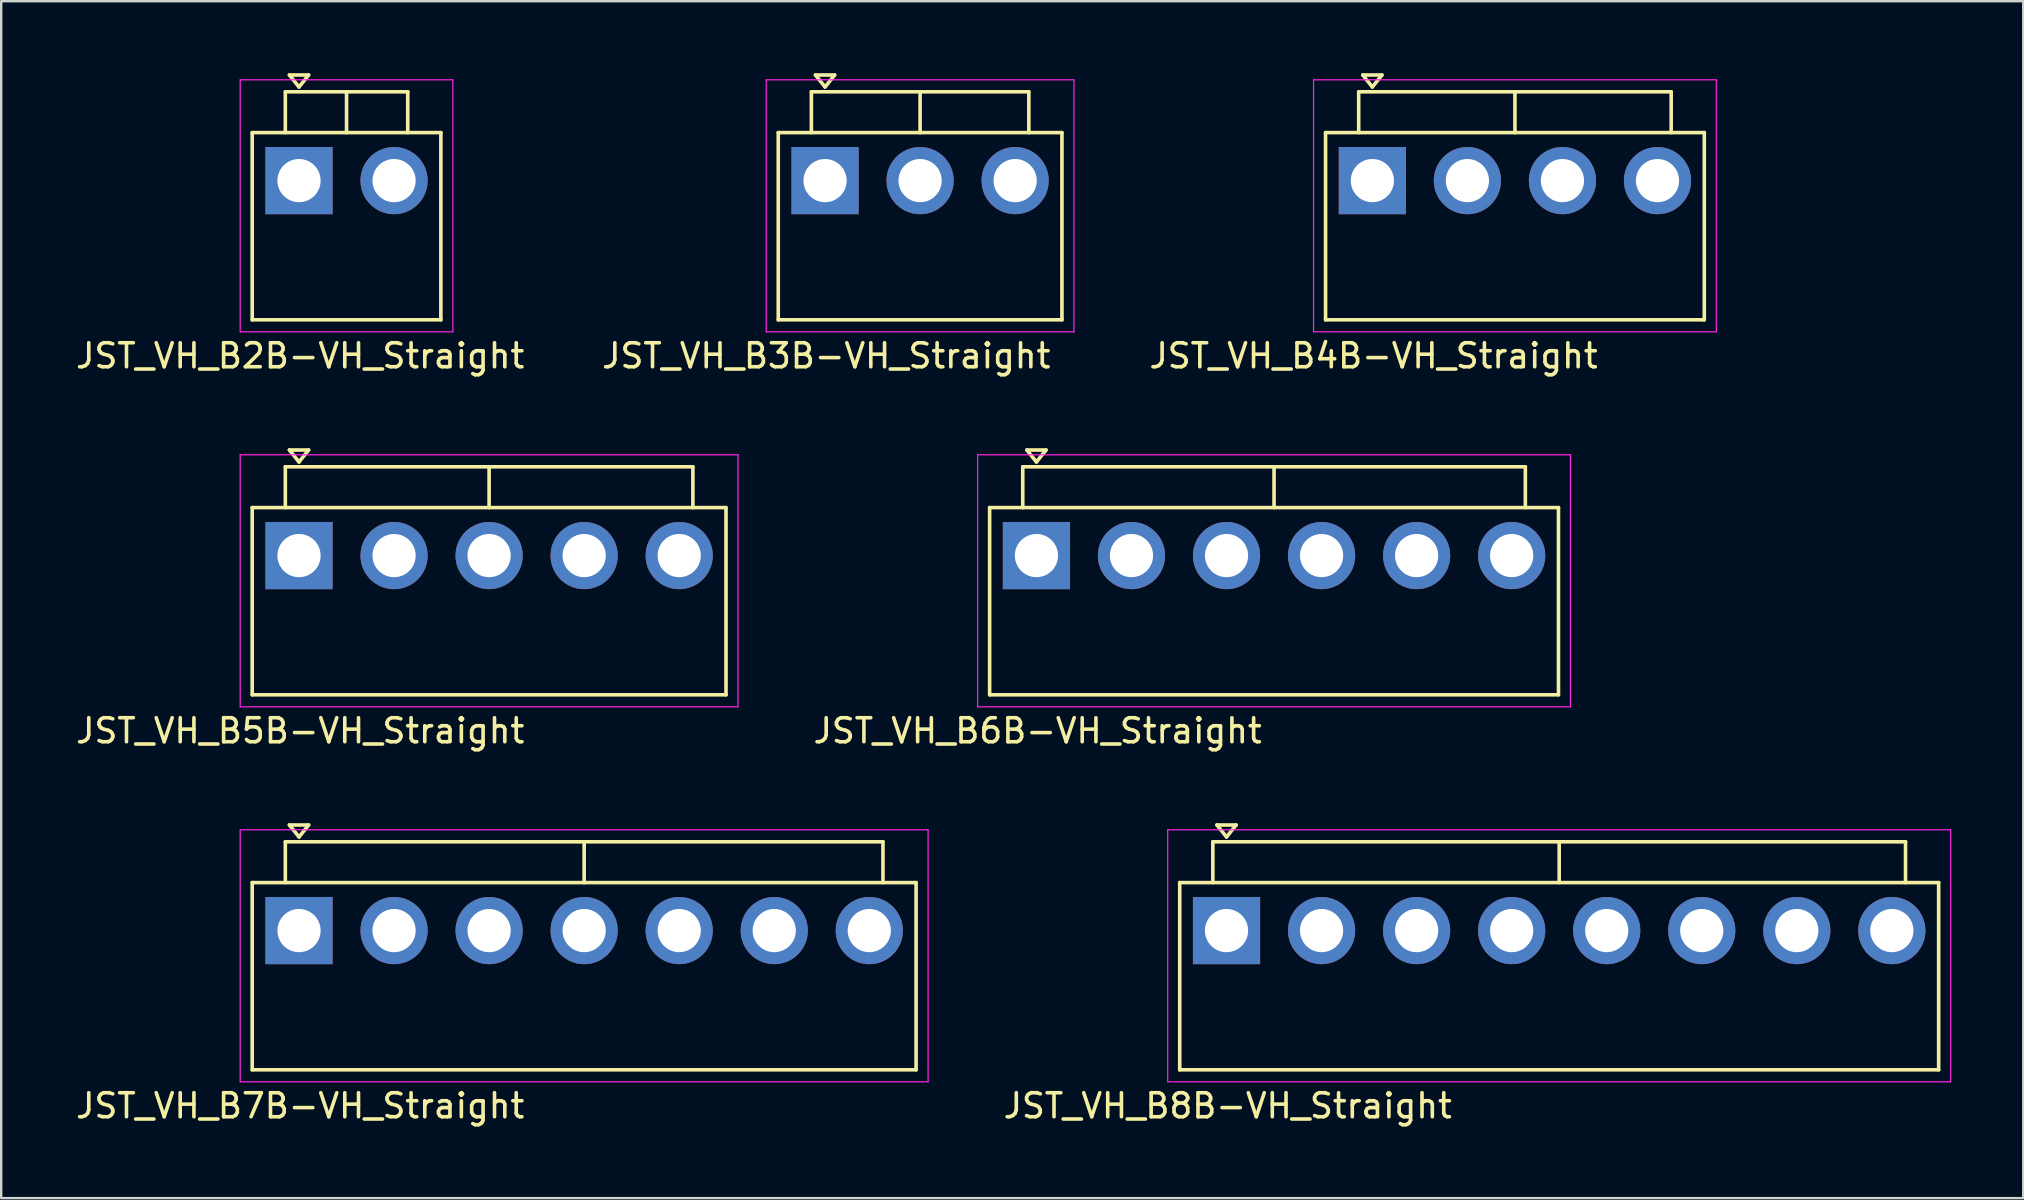
<source format=kicad_pcb>
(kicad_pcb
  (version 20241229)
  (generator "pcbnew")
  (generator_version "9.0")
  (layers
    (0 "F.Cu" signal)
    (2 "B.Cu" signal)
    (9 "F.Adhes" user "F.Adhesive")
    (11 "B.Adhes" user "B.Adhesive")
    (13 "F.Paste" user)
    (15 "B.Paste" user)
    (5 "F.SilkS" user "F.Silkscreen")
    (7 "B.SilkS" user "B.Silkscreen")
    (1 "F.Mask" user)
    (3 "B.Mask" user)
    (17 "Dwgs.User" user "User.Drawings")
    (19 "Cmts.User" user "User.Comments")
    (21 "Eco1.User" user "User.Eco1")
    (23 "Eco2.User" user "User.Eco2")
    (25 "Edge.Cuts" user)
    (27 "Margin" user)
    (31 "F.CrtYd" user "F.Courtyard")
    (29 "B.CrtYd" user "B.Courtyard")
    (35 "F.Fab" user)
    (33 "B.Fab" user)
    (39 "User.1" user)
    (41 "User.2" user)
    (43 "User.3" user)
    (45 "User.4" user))
  (footprint "JST_VH_B4B-VH_Straight"
    (layer "F.Cu")
    (at 52.178 10.275)
    (property "Reference" "JST_VH_B4B-VH_Straight" (at 2 1.5 0) (layer "F.SilkS") (effects (font (size 1 1) (thickness 0.15))))
    (attr through_hole)
    (fp_line (start 0 -7.8) (end 15.78 -7.8) (stroke (width 0.15) (type solid)) (layer "F.SilkS"))
    (fp_line (start 0 0) (end 0 -7.8) (stroke (width 0.15) (type solid)) (layer "F.SilkS"))
    (fp_line (start 0 0) (end 15.78 0) (stroke (width 0.15) (type solid)) (layer "F.SilkS"))
    (fp_line (start 1.38 -9.5) (end 14.4 -9.5) (stroke (width 0.15) (type solid)) (layer "F.SilkS"))
    (fp_line (start 1.38 -7.8) (end 1.38 -9.5) (stroke (width 0.15) (type solid)) (layer "F.SilkS"))
    (fp_line (start 1.55 -10.2) (end 2.35 -10.2) (stroke (width 0.15) (type solid)) (layer "F.SilkS"))
    (fp_line (start 1.95 -9.7) (end 1.55 -10.2) (stroke (width 0.15) (type solid)) (layer "F.SilkS"))
    (fp_line (start 2.35 -10.2) (end 1.95 -9.7) (stroke (width 0.15) (type solid)) (layer "F.SilkS"))
    (fp_line (start 7.89 -9.5) (end 7.89 -7.8) (stroke (width 0.15) (type solid)) (layer "F.SilkS"))
    (fp_line (start 14.4 -7.8) (end 14.4 -9.5) (stroke (width 0.15) (type solid)) (layer "F.SilkS"))
    (fp_line (start 15.78 0) (end 15.78 -7.8) (stroke (width 0.15) (type solid)) (layer "F.SilkS"))
    (fp_line (start -0.5 -10) (end 16.28 -10) (stroke (width 0.05) (type solid)) (layer "F.CrtYd"))
    (fp_line (start -0.5 0.5) (end -0.5 -10) (stroke (width 0.05) (type solid)) (layer "F.CrtYd"))
    (fp_line (start 16.28 -10) (end 16.28 0.5) (stroke (width 0.05) (type solid)) (layer "F.CrtYd"))
    (fp_line (start 16.28 0.5) (end -0.5 0.5) (stroke (width 0.05) (type solid)) (layer "F.CrtYd"))
    (pad "1" thru_hole rect (at 1.95 -5.8) (size 2.8 2.8) (drill 1.8) (layers "*.Cu" "*.Mask"))
    (pad "2" thru_hole circle (at 5.91 -5.8) (size 2.8 2.8) (drill 1.8) (layers "*.Cu" "*.Mask"))
    (pad "3" thru_hole circle (at 9.87 -5.8) (size 2.8 2.8) (drill 1.8) (layers "*.Cu" "*.Mask"))
    (pad "4" thru_hole circle (at 13.83 -5.8) (size 2.8 2.8) (drill 1.8) (layers "*.Cu" "*.Mask")))
  (footprint "JST_VH_B2B-VH_Straight"
    (layer "F.Cu")
    (at 7.458 10.275)
    (property "Reference" "JST_VH_B2B-VH_Straight" (at 2 1.5 0) (layer "F.SilkS") (effects (font (size 1 1) (thickness 0.15))))
    (attr through_hole)
    (fp_line (start 0 -7.8) (end 7.86 -7.8) (stroke (width 0.15) (type solid)) (layer "F.SilkS"))
    (fp_line (start 0 0) (end 0 -7.8) (stroke (width 0.15) (type solid)) (layer "F.SilkS"))
    (fp_line (start 0 0) (end 7.86 0) (stroke (width 0.15) (type solid)) (layer "F.SilkS"))
    (fp_line (start 1.38 -9.5) (end 6.48 -9.5) (stroke (width 0.15) (type solid)) (layer "F.SilkS"))
    (fp_line (start 1.38 -7.8) (end 1.38 -9.5) (stroke (width 0.15) (type solid)) (layer "F.SilkS"))
    (fp_line (start 1.55 -10.2) (end 2.35 -10.2) (stroke (width 0.15) (type solid)) (layer "F.SilkS"))
    (fp_line (start 1.95 -9.7) (end 1.55 -10.2) (stroke (width 0.15) (type solid)) (layer "F.SilkS"))
    (fp_line (start 2.35 -10.2) (end 1.95 -9.7) (stroke (width 0.15) (type solid)) (layer "F.SilkS"))
    (fp_line (start 3.93 -9.5) (end 3.93 -7.8) (stroke (width 0.15) (type solid)) (layer "F.SilkS"))
    (fp_line (start 6.48 -7.8) (end 6.48 -9.5) (stroke (width 0.15) (type solid)) (layer "F.SilkS"))
    (fp_line (start 7.86 0) (end 7.86 -7.8) (stroke (width 0.15) (type solid)) (layer "F.SilkS"))
    (fp_line (start -0.5 -10) (end 8.36 -10) (stroke (width 0.05) (type solid)) (layer "F.CrtYd"))
    (fp_line (start -0.5 0.5) (end -0.5 -10) (stroke (width 0.05) (type solid)) (layer "F.CrtYd"))
    (fp_line (start 8.36 -10) (end 8.36 0.5) (stroke (width 0.05) (type solid)) (layer "F.CrtYd"))
    (fp_line (start 8.36 0.5) (end -0.5 0.5) (stroke (width 0.05) (type solid)) (layer "F.CrtYd"))
    (pad "1" thru_hole rect (at 1.95 -5.8) (size 2.8 2.8) (drill 1.8) (layers "*.Cu" "*.Mask"))
    (pad "2" thru_hole circle (at 5.91 -5.8) (size 2.8 2.8) (drill 1.8) (layers "*.Cu" "*.Mask")))
  (footprint "JST_VH_B6B-VH_Straight"
    (layer "F.Cu")
    (at 38.182 25.898)
    (property "Reference" "JST_VH_B6B-VH_Straight" (at 2 1.5 0) (layer "F.SilkS") (effects (font (size 1 1) (thickness 0.15))))
    (attr through_hole)
    (fp_line (start 0 -7.8) (end 23.7 -7.8) (stroke (width 0.15) (type solid)) (layer "F.SilkS"))
    (fp_line (start 0 0) (end 0 -7.8) (stroke (width 0.15) (type solid)) (layer "F.SilkS"))
    (fp_line (start 0 0) (end 23.7 0) (stroke (width 0.15) (type solid)) (layer "F.SilkS"))
    (fp_line (start 1.38 -9.5) (end 22.32 -9.5) (stroke (width 0.15) (type solid)) (layer "F.SilkS"))
    (fp_line (start 1.38 -7.8) (end 1.38 -9.5) (stroke (width 0.15) (type solid)) (layer "F.SilkS"))
    (fp_line (start 1.55 -10.2) (end 2.35 -10.2) (stroke (width 0.15) (type solid)) (layer "F.SilkS"))
    (fp_line (start 1.95 -9.7) (end 1.55 -10.2) (stroke (width 0.15) (type solid)) (layer "F.SilkS"))
    (fp_line (start 2.35 -10.2) (end 1.95 -9.7) (stroke (width 0.15) (type solid)) (layer "F.SilkS"))
    (fp_line (start 11.85 -9.5) (end 11.85 -7.8) (stroke (width 0.15) (type solid)) (layer "F.SilkS"))
    (fp_line (start 22.32 -7.8) (end 22.32 -9.5) (stroke (width 0.15) (type solid)) (layer "F.SilkS"))
    (fp_line (start 23.7 0) (end 23.7 -7.8) (stroke (width 0.15) (type solid)) (layer "F.SilkS"))
    (fp_line (start -0.5 -10) (end 24.2 -10) (stroke (width 0.05) (type solid)) (layer "F.CrtYd"))
    (fp_line (start -0.5 0.5) (end -0.5 -10) (stroke (width 0.05) (type solid)) (layer "F.CrtYd"))
    (fp_line (start 24.2 -10) (end 24.2 0.5) (stroke (width 0.05) (type solid)) (layer "F.CrtYd"))
    (fp_line (start 24.2 0.5) (end -0.5 0.5) (stroke (width 0.05) (type solid)) (layer "F.CrtYd"))
    (pad "1" thru_hole rect (at 1.95 -5.8) (size 2.8 2.8) (drill 1.8) (layers "*.Cu" "*.Mask"))
    (pad "2" thru_hole circle (at 5.91 -5.8) (size 2.8 2.8) (drill 1.8) (layers "*.Cu" "*.Mask"))
    (pad "3" thru_hole circle (at 9.87 -5.8) (size 2.8 2.8) (drill 1.8) (layers "*.Cu" "*.Mask"))
    (pad "4" thru_hole circle (at 13.83 -5.8) (size 2.8 2.8) (drill 1.8) (layers "*.Cu" "*.Mask"))
    (pad "5" thru_hole circle (at 17.79 -5.8) (size 2.8 2.8) (drill 1.8) (layers "*.Cu" "*.Mask"))
    (pad "6" thru_hole circle (at 21.75 -5.8) (size 2.8 2.8) (drill 1.8) (layers "*.Cu" "*.Mask")))
  (footprint "JST_VH_B5B-VH_Straight"
    (layer "F.Cu")
    (at 7.458 25.898)
    (property "Reference" "JST_VH_B5B-VH_Straight" (at 2 1.5 0) (layer "F.SilkS") (effects (font (size 1 1) (thickness 0.15))))
    (attr through_hole)
    (fp_line (start 0 -7.8) (end 19.74 -7.8) (stroke (width 0.15) (type solid)) (layer "F.SilkS"))
    (fp_line (start 0 0) (end 0 -7.8) (stroke (width 0.15) (type solid)) (layer "F.SilkS"))
    (fp_line (start 0 0) (end 19.74 0) (stroke (width 0.15) (type solid)) (layer "F.SilkS"))
    (fp_line (start 1.38 -9.5) (end 18.36 -9.5) (stroke (width 0.15) (type solid)) (layer "F.SilkS"))
    (fp_line (start 1.38 -7.8) (end 1.38 -9.5) (stroke (width 0.15) (type solid)) (layer "F.SilkS"))
    (fp_line (start 1.55 -10.2) (end 2.35 -10.2) (stroke (width 0.15) (type solid)) (layer "F.SilkS"))
    (fp_line (start 1.95 -9.7) (end 1.55 -10.2) (stroke (width 0.15) (type solid)) (layer "F.SilkS"))
    (fp_line (start 2.35 -10.2) (end 1.95 -9.7) (stroke (width 0.15) (type solid)) (layer "F.SilkS"))
    (fp_line (start 9.87 -9.5) (end 9.87 -7.8) (stroke (width 0.15) (type solid)) (layer "F.SilkS"))
    (fp_line (start 18.36 -7.8) (end 18.36 -9.5) (stroke (width 0.15) (type solid)) (layer "F.SilkS"))
    (fp_line (start 19.74 0) (end 19.74 -7.8) (stroke (width 0.15) (type solid)) (layer "F.SilkS"))
    (fp_line (start -0.5 -10) (end 20.24 -10) (stroke (width 0.05) (type solid)) (layer "F.CrtYd"))
    (fp_line (start -0.5 0.5) (end -0.5 -10) (stroke (width 0.05) (type solid)) (layer "F.CrtYd"))
    (fp_line (start 20.24 -10) (end 20.24 0.5) (stroke (width 0.05) (type solid)) (layer "F.CrtYd"))
    (fp_line (start 20.24 0.5) (end -0.5 0.5) (stroke (width 0.05) (type solid)) (layer "F.CrtYd"))
    (pad "1" thru_hole rect (at 1.95 -5.8) (size 2.8 2.8) (drill 1.8) (layers "*.Cu" "*.Mask"))
    (pad "2" thru_hole circle (at 5.91 -5.8) (size 2.8 2.8) (drill 1.8) (layers "*.Cu" "*.Mask"))
    (pad "3" thru_hole circle (at 9.87 -5.8) (size 2.8 2.8) (drill 1.8) (layers "*.Cu" "*.Mask"))
    (pad "4" thru_hole circle (at 13.83 -5.8) (size 2.8 2.8) (drill 1.8) (layers "*.Cu" "*.Mask"))
    (pad "5" thru_hole circle (at 17.79 -5.8) (size 2.8 2.8) (drill 1.8) (layers "*.Cu" "*.Mask")))
  (footprint "JST_VH_B3B-VH_Straight"
    (layer "F.Cu")
    (at 29.375 10.275)
    (property "Reference" "JST_VH_B3B-VH_Straight" (at 2 1.5 0) (layer "F.SilkS") (effects (font (size 1 1) (thickness 0.15))))
    (attr through_hole)
    (fp_line (start 0 -7.8) (end 11.82 -7.8) (stroke (width 0.15) (type solid)) (layer "F.SilkS"))
    (fp_line (start 0 0) (end 0 -7.8) (stroke (width 0.15) (type solid)) (layer "F.SilkS"))
    (fp_line (start 0 0) (end 11.82 0) (stroke (width 0.15) (type solid)) (layer "F.SilkS"))
    (fp_line (start 1.38 -9.5) (end 10.44 -9.5) (stroke (width 0.15) (type solid)) (layer "F.SilkS"))
    (fp_line (start 1.38 -7.8) (end 1.38 -9.5) (stroke (width 0.15) (type solid)) (layer "F.SilkS"))
    (fp_line (start 1.55 -10.2) (end 2.35 -10.2) (stroke (width 0.15) (type solid)) (layer "F.SilkS"))
    (fp_line (start 1.95 -9.7) (end 1.55 -10.2) (stroke (width 0.15) (type solid)) (layer "F.SilkS"))
    (fp_line (start 2.35 -10.2) (end 1.95 -9.7) (stroke (width 0.15) (type solid)) (layer "F.SilkS"))
    (fp_line (start 5.91 -9.5) (end 5.91 -7.8) (stroke (width 0.15) (type solid)) (layer "F.SilkS"))
    (fp_line (start 10.44 -7.8) (end 10.44 -9.5) (stroke (width 0.15) (type solid)) (layer "F.SilkS"))
    (fp_line (start 11.82 0) (end 11.82 -7.8) (stroke (width 0.15) (type solid)) (layer "F.SilkS"))
    (fp_line (start -0.5 -10) (end 12.32 -10) (stroke (width 0.05) (type solid)) (layer "F.CrtYd"))
    (fp_line (start -0.5 0.5) (end -0.5 -10) (stroke (width 0.05) (type solid)) (layer "F.CrtYd"))
    (fp_line (start 12.32 -10) (end 12.32 0.5) (stroke (width 0.05) (type solid)) (layer "F.CrtYd"))
    (fp_line (start 12.32 0.5) (end -0.5 0.5) (stroke (width 0.05) (type solid)) (layer "F.CrtYd"))
    (pad "1" thru_hole rect (at 1.95 -5.8) (size 2.8 2.8) (drill 1.8) (layers "*.Cu" "*.Mask"))
    (pad "2" thru_hole circle (at 5.91 -5.8) (size 2.8 2.8) (drill 1.8) (layers "*.Cu" "*.Mask"))
    (pad "3" thru_hole circle (at 9.87 -5.8) (size 2.8 2.8) (drill 1.8) (layers "*.Cu" "*.Mask")))
  (footprint "JST_VH_B8B-VH_Straight"
    (layer "F.Cu")
    (at 46.102 41.522)
    (property "Reference" "JST_VH_B8B-VH_Straight" (at 2 1.5 0) (layer "F.SilkS") (effects (font (size 1 1) (thickness 0.15))))
    (attr through_hole)
    (fp_line (start 0 -7.8) (end 31.62 -7.8) (stroke (width 0.15) (type solid)) (layer "F.SilkS"))
    (fp_line (start 0 0) (end 0 -7.8) (stroke (width 0.15) (type solid)) (layer "F.SilkS"))
    (fp_line (start 0 0) (end 31.62 0) (stroke (width 0.15) (type solid)) (layer "F.SilkS"))
    (fp_line (start 1.38 -9.5) (end 30.24 -9.5) (stroke (width 0.15) (type solid)) (layer "F.SilkS"))
    (fp_line (start 1.38 -7.8) (end 1.38 -9.5) (stroke (width 0.15) (type solid)) (layer "F.SilkS"))
    (fp_line (start 1.55 -10.2) (end 2.35 -10.2) (stroke (width 0.15) (type solid)) (layer "F.SilkS"))
    (fp_line (start 1.95 -9.7) (end 1.55 -10.2) (stroke (width 0.15) (type solid)) (layer "F.SilkS"))
    (fp_line (start 2.35 -10.2) (end 1.95 -9.7) (stroke (width 0.15) (type solid)) (layer "F.SilkS"))
    (fp_line (start 15.81 -9.5) (end 15.81 -7.8) (stroke (width 0.15) (type solid)) (layer "F.SilkS"))
    (fp_line (start 30.24 -7.8) (end 30.24 -9.5) (stroke (width 0.15) (type solid)) (layer "F.SilkS"))
    (fp_line (start 31.62 0) (end 31.62 -7.8) (stroke (width 0.15) (type solid)) (layer "F.SilkS"))
    (fp_line (start -0.5 -10) (end 32.12 -10) (stroke (width 0.05) (type solid)) (layer "F.CrtYd"))
    (fp_line (start -0.5 0.5) (end -0.5 -10) (stroke (width 0.05) (type solid)) (layer "F.CrtYd"))
    (fp_line (start 32.12 -10) (end 32.12 0.5) (stroke (width 0.05) (type solid)) (layer "F.CrtYd"))
    (fp_line (start 32.12 0.5) (end -0.5 0.5) (stroke (width 0.05) (type solid)) (layer "F.CrtYd"))
    (pad "1" thru_hole rect (at 1.95 -5.8) (size 2.8 2.8) (drill 1.8) (layers "*.Cu" "*.Mask"))
    (pad "2" thru_hole circle (at 5.91 -5.8) (size 2.8 2.8) (drill 1.8) (layers "*.Cu" "*.Mask"))
    (pad "3" thru_hole circle (at 9.87 -5.8) (size 2.8 2.8) (drill 1.8) (layers "*.Cu" "*.Mask"))
    (pad "4" thru_hole circle (at 13.83 -5.8) (size 2.8 2.8) (drill 1.8) (layers "*.Cu" "*.Mask"))
    (pad "5" thru_hole circle (at 17.79 -5.8) (size 2.8 2.8) (drill 1.8) (layers "*.Cu" "*.Mask"))
    (pad "6" thru_hole circle (at 21.75 -5.8) (size 2.8 2.8) (drill 1.8) (layers "*.Cu" "*.Mask"))
    (pad "7" thru_hole circle (at 25.71 -5.8) (size 2.8 2.8) (drill 1.8) (layers "*.Cu" "*.Mask"))
    (pad "8" thru_hole circle (at 29.67 -5.8) (size 2.8 2.8) (drill 1.8) (layers "*.Cu" "*.Mask")))
  (footprint "JST_VH_B7B-VH_Straight"
    (layer "F.Cu")
    (at 7.458 41.522)
    (property "Reference" "JST_VH_B7B-VH_Straight" (at 2 1.5 0) (layer "F.SilkS") (effects (font (size 1 1) (thickness 0.15))))
    (attr through_hole)
    (fp_line (start 0 -7.8) (end 27.66 -7.8) (stroke (width 0.15) (type solid)) (layer "F.SilkS"))
    (fp_line (start 0 0) (end 0 -7.8) (stroke (width 0.15) (type solid)) (layer "F.SilkS"))
    (fp_line (start 0 0) (end 27.66 0) (stroke (width 0.15) (type solid)) (layer "F.SilkS"))
    (fp_line (start 1.38 -9.5) (end 26.28 -9.5) (stroke (width 0.15) (type solid)) (layer "F.SilkS"))
    (fp_line (start 1.38 -7.8) (end 1.38 -9.5) (stroke (width 0.15) (type solid)) (layer "F.SilkS"))
    (fp_line (start 1.55 -10.2) (end 2.35 -10.2) (stroke (width 0.15) (type solid)) (layer "F.SilkS"))
    (fp_line (start 1.95 -9.7) (end 1.55 -10.2) (stroke (width 0.15) (type solid)) (layer "F.SilkS"))
    (fp_line (start 2.35 -10.2) (end 1.95 -9.7) (stroke (width 0.15) (type solid)) (layer "F.SilkS"))
    (fp_line (start 13.83 -9.5) (end 13.83 -7.8) (stroke (width 0.15) (type solid)) (layer "F.SilkS"))
    (fp_line (start 26.28 -7.8) (end 26.28 -9.5) (stroke (width 0.15) (type solid)) (layer "F.SilkS"))
    (fp_line (start 27.66 0) (end 27.66 -7.8) (stroke (width 0.15) (type solid)) (layer "F.SilkS"))
    (fp_line (start -0.5 -10) (end 28.16 -10) (stroke (width 0.05) (type solid)) (layer "F.CrtYd"))
    (fp_line (start -0.5 0.5) (end -0.5 -10) (stroke (width 0.05) (type solid)) (layer "F.CrtYd"))
    (fp_line (start 28.16 -10) (end 28.16 0.5) (stroke (width 0.05) (type solid)) (layer "F.CrtYd"))
    (fp_line (start 28.16 0.5) (end -0.5 0.5) (stroke (width 0.05) (type solid)) (layer "F.CrtYd"))
    (pad "1" thru_hole rect (at 1.95 -5.8) (size 2.8 2.8) (drill 1.8) (layers "*.Cu" "*.Mask"))
    (pad "2" thru_hole circle (at 5.91 -5.8) (size 2.8 2.8) (drill 1.8) (layers "*.Cu" "*.Mask"))
    (pad "3" thru_hole circle (at 9.87 -5.8) (size 2.8 2.8) (drill 1.8) (layers "*.Cu" "*.Mask"))
    (pad "4" thru_hole circle (at 13.83 -5.8) (size 2.8 2.8) (drill 1.8) (layers "*.Cu" "*.Mask"))
    (pad "5" thru_hole circle (at 17.79 -5.8) (size 2.8 2.8) (drill 1.8) (layers "*.Cu" "*.Mask"))
    (pad "6" thru_hole circle (at 21.75 -5.8) (size 2.8 2.8) (drill 1.8) (layers "*.Cu" "*.Mask"))
    (pad "7" thru_hole circle (at 25.71 -5.8) (size 2.8 2.8) (drill 1.8) (layers "*.Cu" "*.Mask")))
  (gr_rect
    (start -3 -3)
    (end 81.247 46.87)
    (stroke (width 0.1) (type default))
    (fill no)
    (layer "Edge.Cuts")))
</source>
